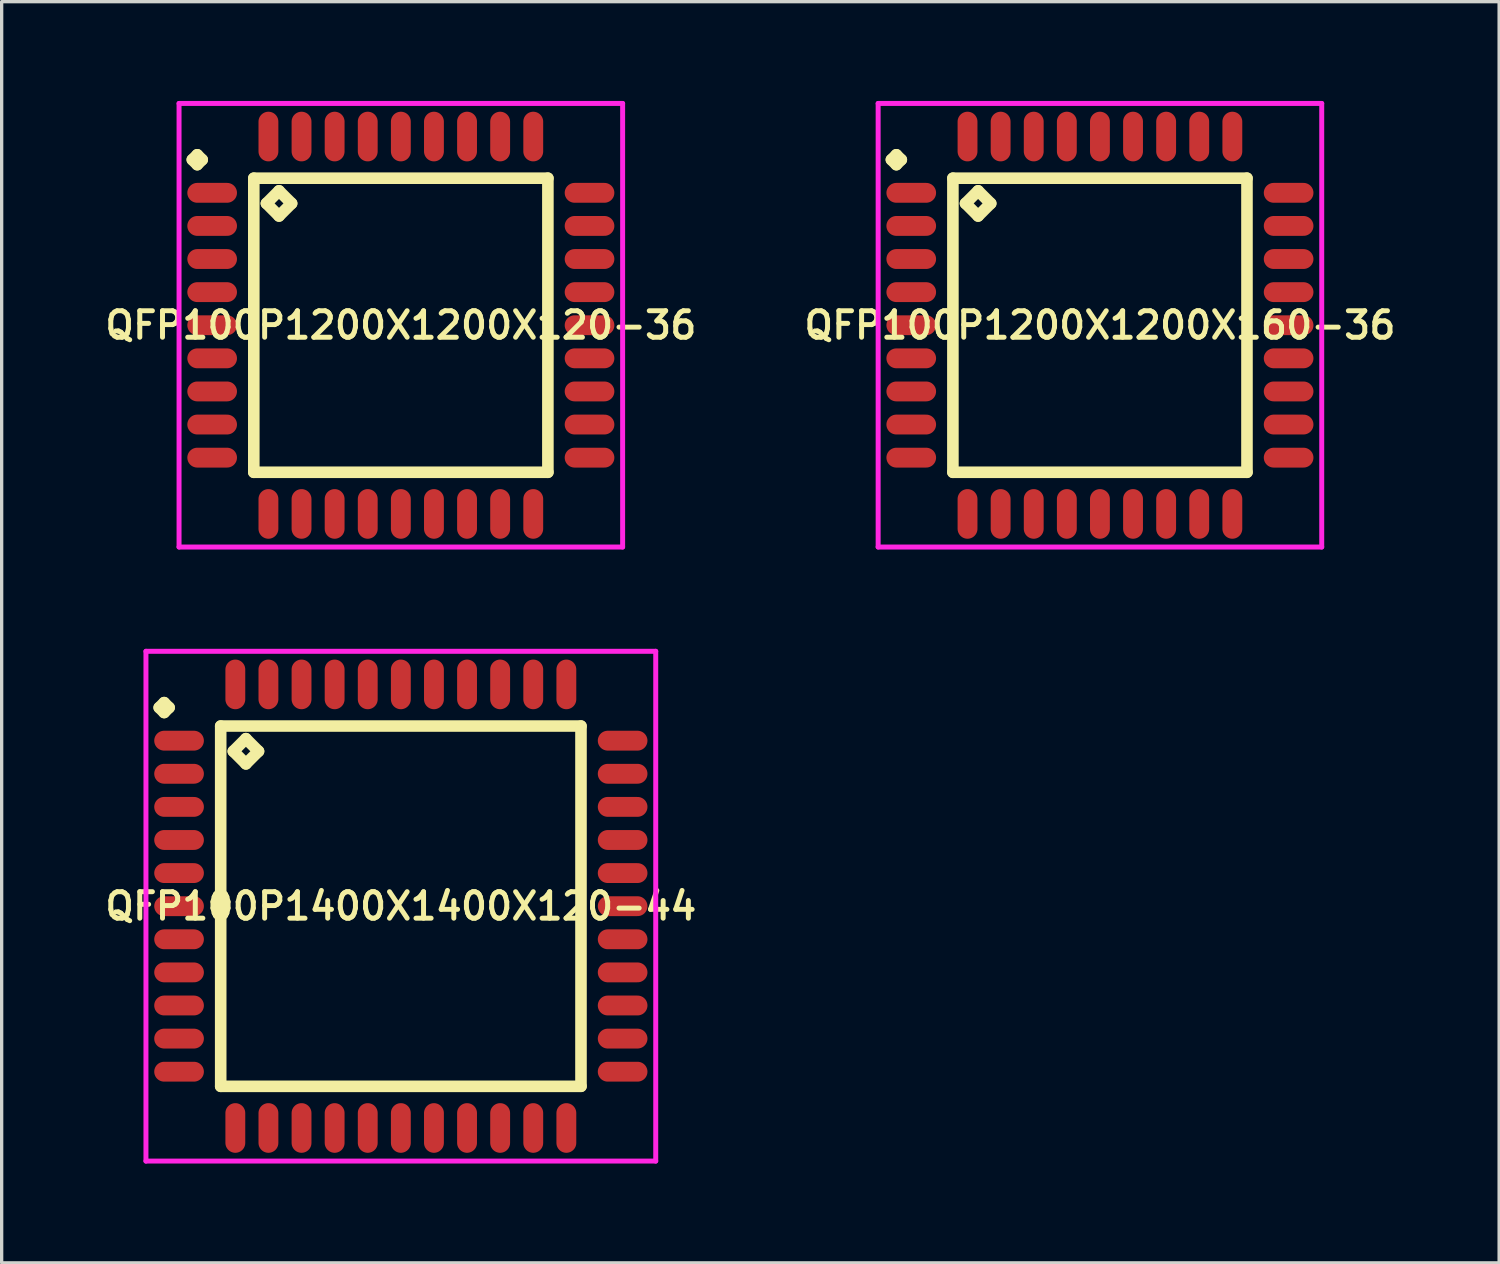
<source format=kicad_pcb>
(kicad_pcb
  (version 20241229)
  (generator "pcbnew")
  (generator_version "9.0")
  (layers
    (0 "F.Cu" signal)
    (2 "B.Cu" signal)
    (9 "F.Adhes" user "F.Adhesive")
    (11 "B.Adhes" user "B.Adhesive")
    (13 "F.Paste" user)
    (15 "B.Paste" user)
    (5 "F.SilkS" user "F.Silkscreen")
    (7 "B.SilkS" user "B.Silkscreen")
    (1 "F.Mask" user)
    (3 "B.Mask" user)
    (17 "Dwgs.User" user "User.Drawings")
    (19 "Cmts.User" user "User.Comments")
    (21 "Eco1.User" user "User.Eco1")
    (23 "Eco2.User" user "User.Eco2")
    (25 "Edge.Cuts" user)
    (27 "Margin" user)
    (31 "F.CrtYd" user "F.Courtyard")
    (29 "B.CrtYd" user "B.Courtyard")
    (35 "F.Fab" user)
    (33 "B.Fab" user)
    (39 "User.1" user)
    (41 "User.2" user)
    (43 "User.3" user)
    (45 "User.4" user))
  (footprint "QFP100P1200X1200X160-36"
    (layer "F.Cu")
    (at 30.178 6.775)
    (property "Reference" "QFP100P1200X1200X160-36" (at 0 0 0) (layer "F.SilkS") (effects (font (size 0.8 0.8) (thickness 0.15))))
    (attr smd)
    (fp_line (start -6.3 -5) (end -6.15 -5.15) (stroke (width 0.35) (type solid)) (layer "F.SilkS"))
    (fp_line (start -6.15 -5.15) (end -6 -5) (stroke (width 0.35) (type solid)) (layer "F.SilkS"))
    (fp_line (start -6.15 -4.85) (end -6.3 -5) (stroke (width 0.35) (type solid)) (layer "F.SilkS"))
    (fp_line (start -6 -5) (end -6.15 -4.85) (stroke (width 0.35) (type solid)) (layer "F.SilkS"))
    (fp_line (start -4.442 -4.442) (end -4.442 4.442) (stroke (width 0.35) (type solid)) (layer "F.SilkS"))
    (fp_line (start -4.442 4.442) (end 4.442 4.442) (stroke (width 0.35) (type solid)) (layer "F.SilkS"))
    (fp_line (start -4.061 -3.68) (end -3.68 -4.061) (stroke (width 0.35) (type solid)) (layer "F.SilkS"))
    (fp_line (start -3.68 -4.061) (end -3.299 -3.68) (stroke (width 0.35) (type solid)) (layer "F.SilkS"))
    (fp_line (start -3.68 -3.299) (end -4.061 -3.68) (stroke (width 0.35) (type solid)) (layer "F.SilkS"))
    (fp_line (start -3.299 -3.68) (end -3.68 -3.299) (stroke (width 0.35) (type solid)) (layer "F.SilkS"))
    (fp_line (start 4.442 -4.442) (end -4.442 -4.442) (stroke (width 0.35) (type solid)) (layer "F.SilkS"))
    (fp_line (start 4.442 4.442) (end 4.442 -4.442) (stroke (width 0.35) (type solid)) (layer "F.SilkS"))
    (fp_line (start -6.7 -6.7) (end 6.7 -6.7) (stroke (width 0.15) (type solid)) (layer "F.CrtYd"))
    (fp_line (start -6.7 6.7) (end -6.7 -6.7) (stroke (width 0.15) (type solid)) (layer "F.CrtYd"))
    (fp_line (start 6.7 -6.7) (end 6.7 6.7) (stroke (width 0.15) (type solid)) (layer "F.CrtYd"))
    (fp_line (start 6.7 6.7) (end -6.7 6.7) (stroke (width 0.15) (type solid)) (layer "F.CrtYd"))
    (pad "1" smd oval (at -5.7 -4) (size 1.5 0.6) (layers "F.Cu" "F.Mask" "F.Paste"))
    (pad "2" smd oval (at -5.7 -3) (size 1.5 0.6) (layers "F.Cu" "F.Mask" "F.Paste"))
    (pad "3" smd oval (at -5.7 -2) (size 1.5 0.6) (layers "F.Cu" "F.Mask" "F.Paste"))
    (pad "4" smd oval (at -5.7 -1) (size 1.5 0.6) (layers "F.Cu" "F.Mask" "F.Paste"))
    (pad "5" smd oval (at -5.7 0) (size 1.5 0.6) (layers "F.Cu" "F.Mask" "F.Paste"))
    (pad "6" smd oval (at -5.7 1) (size 1.5 0.6) (layers "F.Cu" "F.Mask" "F.Paste"))
    (pad "7" smd oval (at -5.7 2) (size 1.5 0.6) (layers "F.Cu" "F.Mask" "F.Paste"))
    (pad "8" smd oval (at -5.7 3) (size 1.5 0.6) (layers "F.Cu" "F.Mask" "F.Paste"))
    (pad "9" smd oval (at -5.7 4) (size 1.5 0.6) (layers "F.Cu" "F.Mask" "F.Paste"))
    (pad "10" smd oval (at -4 5.7) (size 0.6 1.5) (layers "F.Cu" "F.Mask" "F.Paste"))
    (pad "11" smd oval (at -3 5.7) (size 0.6 1.5) (layers "F.Cu" "F.Mask" "F.Paste"))
    (pad "12" smd oval (at -2 5.7) (size 0.6 1.5) (layers "F.Cu" "F.Mask" "F.Paste"))
    (pad "13" smd oval (at -1 5.7) (size 0.6 1.5) (layers "F.Cu" "F.Mask" "F.Paste"))
    (pad "14" smd oval (at 0 5.7) (size 0.6 1.5) (layers "F.Cu" "F.Mask" "F.Paste"))
    (pad "15" smd oval (at 1 5.7) (size 0.6 1.5) (layers "F.Cu" "F.Mask" "F.Paste"))
    (pad "16" smd oval (at 2 5.7) (size 0.6 1.5) (layers "F.Cu" "F.Mask" "F.Paste"))
    (pad "17" smd oval (at 3 5.7) (size 0.6 1.5) (layers "F.Cu" "F.Mask" "F.Paste"))
    (pad "18" smd oval (at 4 5.7) (size 0.6 1.5) (layers "F.Cu" "F.Mask" "F.Paste"))
    (pad "19" smd oval (at 5.7 4) (size 1.5 0.6) (layers "F.Cu" "F.Mask" "F.Paste"))
    (pad "20" smd oval (at 5.7 3) (size 1.5 0.6) (layers "F.Cu" "F.Mask" "F.Paste"))
    (pad "21" smd oval (at 5.7 2) (size 1.5 0.6) (layers "F.Cu" "F.Mask" "F.Paste"))
    (pad "22" smd oval (at 5.7 1) (size 1.5 0.6) (layers "F.Cu" "F.Mask" "F.Paste"))
    (pad "23" smd oval (at 5.7 0) (size 1.5 0.6) (layers "F.Cu" "F.Mask" "F.Paste"))
    (pad "24" smd oval (at 5.7 -1) (size 1.5 0.6) (layers "F.Cu" "F.Mask" "F.Paste"))
    (pad "25" smd oval (at 5.7 -2) (size 1.5 0.6) (layers "F.Cu" "F.Mask" "F.Paste"))
    (pad "26" smd oval (at 5.7 -3) (size 1.5 0.6) (layers "F.Cu" "F.Mask" "F.Paste"))
    (pad "27" smd oval (at 5.7 -4) (size 1.5 0.6) (layers "F.Cu" "F.Mask" "F.Paste"))
    (pad "28" smd oval (at 4 -5.7) (size 0.6 1.5) (layers "F.Cu" "F.Mask" "F.Paste"))
    (pad "29" smd oval (at 3 -5.7) (size 0.6 1.5) (layers "F.Cu" "F.Mask" "F.Paste"))
    (pad "30" smd oval (at 2 -5.7) (size 0.6 1.5) (layers "F.Cu" "F.Mask" "F.Paste"))
    (pad "31" smd oval (at 1 -5.7) (size 0.6 1.5) (layers "F.Cu" "F.Mask" "F.Paste"))
    (pad "32" smd oval (at 0 -5.7) (size 0.6 1.5) (layers "F.Cu" "F.Mask" "F.Paste"))
    (pad "33" smd oval (at -1 -5.7) (size 0.6 1.5) (layers "F.Cu" "F.Mask" "F.Paste"))
    (pad "34" smd oval (at -2 -5.7) (size 0.6 1.5) (layers "F.Cu" "F.Mask" "F.Paste"))
    (pad "35" smd oval (at -3 -5.7) (size 0.6 1.5) (layers "F.Cu" "F.Mask" "F.Paste"))
    (pad "36" smd oval (at -4 -5.7) (size 0.6 1.5) (layers "F.Cu" "F.Mask" "F.Paste")))
  (footprint "QFP100P1200X1200X120-36"
    (layer "F.Cu")
    (at 9.059 6.775)
    (property "Reference" "QFP100P1200X1200X120-36" (at 0 0 0) (layer "F.SilkS") (effects (font (size 0.8 0.8) (thickness 0.15))))
    (attr smd)
    (fp_line (start -6.3 -5) (end -6.15 -5.15) (stroke (width 0.35) (type solid)) (layer "F.SilkS"))
    (fp_line (start -6.15 -5.15) (end -6 -5) (stroke (width 0.35) (type solid)) (layer "F.SilkS"))
    (fp_line (start -6.15 -4.85) (end -6.3 -5) (stroke (width 0.35) (type solid)) (layer "F.SilkS"))
    (fp_line (start -6 -5) (end -6.15 -4.85) (stroke (width 0.35) (type solid)) (layer "F.SilkS"))
    (fp_line (start -4.442 -4.442) (end -4.442 4.442) (stroke (width 0.35) (type solid)) (layer "F.SilkS"))
    (fp_line (start -4.442 4.442) (end 4.442 4.442) (stroke (width 0.35) (type solid)) (layer "F.SilkS"))
    (fp_line (start -4.061 -3.68) (end -3.68 -4.061) (stroke (width 0.35) (type solid)) (layer "F.SilkS"))
    (fp_line (start -3.68 -4.061) (end -3.299 -3.68) (stroke (width 0.35) (type solid)) (layer "F.SilkS"))
    (fp_line (start -3.68 -3.299) (end -4.061 -3.68) (stroke (width 0.35) (type solid)) (layer "F.SilkS"))
    (fp_line (start -3.299 -3.68) (end -3.68 -3.299) (stroke (width 0.35) (type solid)) (layer "F.SilkS"))
    (fp_line (start 4.442 -4.442) (end -4.442 -4.442) (stroke (width 0.35) (type solid)) (layer "F.SilkS"))
    (fp_line (start 4.442 4.442) (end 4.442 -4.442) (stroke (width 0.35) (type solid)) (layer "F.SilkS"))
    (fp_line (start -6.7 -6.7) (end 6.7 -6.7) (stroke (width 0.15) (type solid)) (layer "F.CrtYd"))
    (fp_line (start -6.7 6.7) (end -6.7 -6.7) (stroke (width 0.15) (type solid)) (layer "F.CrtYd"))
    (fp_line (start 6.7 -6.7) (end 6.7 6.7) (stroke (width 0.15) (type solid)) (layer "F.CrtYd"))
    (fp_line (start 6.7 6.7) (end -6.7 6.7) (stroke (width 0.15) (type solid)) (layer "F.CrtYd"))
    (pad "1" smd oval (at -5.7 -4) (size 1.5 0.6) (layers "F.Cu" "F.Mask" "F.Paste"))
    (pad "2" smd oval (at -5.7 -3) (size 1.5 0.6) (layers "F.Cu" "F.Mask" "F.Paste"))
    (pad "3" smd oval (at -5.7 -2) (size 1.5 0.6) (layers "F.Cu" "F.Mask" "F.Paste"))
    (pad "4" smd oval (at -5.7 -1) (size 1.5 0.6) (layers "F.Cu" "F.Mask" "F.Paste"))
    (pad "5" smd oval (at -5.7 0) (size 1.5 0.6) (layers "F.Cu" "F.Mask" "F.Paste"))
    (pad "6" smd oval (at -5.7 1) (size 1.5 0.6) (layers "F.Cu" "F.Mask" "F.Paste"))
    (pad "7" smd oval (at -5.7 2) (size 1.5 0.6) (layers "F.Cu" "F.Mask" "F.Paste"))
    (pad "8" smd oval (at -5.7 3) (size 1.5 0.6) (layers "F.Cu" "F.Mask" "F.Paste"))
    (pad "9" smd oval (at -5.7 4) (size 1.5 0.6) (layers "F.Cu" "F.Mask" "F.Paste"))
    (pad "10" smd oval (at -4 5.7) (size 0.6 1.5) (layers "F.Cu" "F.Mask" "F.Paste"))
    (pad "11" smd oval (at -3 5.7) (size 0.6 1.5) (layers "F.Cu" "F.Mask" "F.Paste"))
    (pad "12" smd oval (at -2 5.7) (size 0.6 1.5) (layers "F.Cu" "F.Mask" "F.Paste"))
    (pad "13" smd oval (at -1 5.7) (size 0.6 1.5) (layers "F.Cu" "F.Mask" "F.Paste"))
    (pad "14" smd oval (at 0 5.7) (size 0.6 1.5) (layers "F.Cu" "F.Mask" "F.Paste"))
    (pad "15" smd oval (at 1 5.7) (size 0.6 1.5) (layers "F.Cu" "F.Mask" "F.Paste"))
    (pad "16" smd oval (at 2 5.7) (size 0.6 1.5) (layers "F.Cu" "F.Mask" "F.Paste"))
    (pad "17" smd oval (at 3 5.7) (size 0.6 1.5) (layers "F.Cu" "F.Mask" "F.Paste"))
    (pad "18" smd oval (at 4 5.7) (size 0.6 1.5) (layers "F.Cu" "F.Mask" "F.Paste"))
    (pad "19" smd oval (at 5.7 4) (size 1.5 0.6) (layers "F.Cu" "F.Mask" "F.Paste"))
    (pad "20" smd oval (at 5.7 3) (size 1.5 0.6) (layers "F.Cu" "F.Mask" "F.Paste"))
    (pad "21" smd oval (at 5.7 2) (size 1.5 0.6) (layers "F.Cu" "F.Mask" "F.Paste"))
    (pad "22" smd oval (at 5.7 1) (size 1.5 0.6) (layers "F.Cu" "F.Mask" "F.Paste"))
    (pad "23" smd oval (at 5.7 0) (size 1.5 0.6) (layers "F.Cu" "F.Mask" "F.Paste"))
    (pad "24" smd oval (at 5.7 -1) (size 1.5 0.6) (layers "F.Cu" "F.Mask" "F.Paste"))
    (pad "25" smd oval (at 5.7 -2) (size 1.5 0.6) (layers "F.Cu" "F.Mask" "F.Paste"))
    (pad "26" smd oval (at 5.7 -3) (size 1.5 0.6) (layers "F.Cu" "F.Mask" "F.Paste"))
    (pad "27" smd oval (at 5.7 -4) (size 1.5 0.6) (layers "F.Cu" "F.Mask" "F.Paste"))
    (pad "28" smd oval (at 4 -5.7) (size 0.6 1.5) (layers "F.Cu" "F.Mask" "F.Paste"))
    (pad "29" smd oval (at 3 -5.7) (size 0.6 1.5) (layers "F.Cu" "F.Mask" "F.Paste"))
    (pad "30" smd oval (at 2 -5.7) (size 0.6 1.5) (layers "F.Cu" "F.Mask" "F.Paste"))
    (pad "31" smd oval (at 1 -5.7) (size 0.6 1.5) (layers "F.Cu" "F.Mask" "F.Paste"))
    (pad "32" smd oval (at 0 -5.7) (size 0.6 1.5) (layers "F.Cu" "F.Mask" "F.Paste"))
    (pad "33" smd oval (at -1 -5.7) (size 0.6 1.5) (layers "F.Cu" "F.Mask" "F.Paste"))
    (pad "34" smd oval (at -2 -5.7) (size 0.6 1.5) (layers "F.Cu" "F.Mask" "F.Paste"))
    (pad "35" smd oval (at -3 -5.7) (size 0.6 1.5) (layers "F.Cu" "F.Mask" "F.Paste"))
    (pad "36" smd oval (at -4 -5.7) (size 0.6 1.5) (layers "F.Cu" "F.Mask" "F.Paste")))
  (footprint "QFP100P1400X1400X120-44"
    (layer "F.Cu")
    (at 9.059 24.325)
    (property "Reference" "QFP100P1400X1400X120-44" (at 0 0 0) (layer "F.SilkS") (effects (font (size 0.8 0.8) (thickness 0.15))))
    (attr smd)
    (fp_line (start -7.3 -6) (end -7.15 -6.15) (stroke (width 0.35) (type solid)) (layer "F.SilkS"))
    (fp_line (start -7.15 -6.15) (end -7 -6) (stroke (width 0.35) (type solid)) (layer "F.SilkS"))
    (fp_line (start -7.15 -5.85) (end -7.3 -6) (stroke (width 0.35) (type solid)) (layer "F.SilkS"))
    (fp_line (start -7 -6) (end -7.15 -5.85) (stroke (width 0.35) (type solid)) (layer "F.SilkS"))
    (fp_line (start -5.442 -5.442) (end -5.442 5.442) (stroke (width 0.35) (type solid)) (layer "F.SilkS"))
    (fp_line (start -5.442 5.442) (end 5.442 5.442) (stroke (width 0.35) (type solid)) (layer "F.SilkS"))
    (fp_line (start -5.061 -4.68) (end -4.68 -5.061) (stroke (width 0.35) (type solid)) (layer "F.SilkS"))
    (fp_line (start -4.68 -5.061) (end -4.299 -4.68) (stroke (width 0.35) (type solid)) (layer "F.SilkS"))
    (fp_line (start -4.68 -4.299) (end -5.061 -4.68) (stroke (width 0.35) (type solid)) (layer "F.SilkS"))
    (fp_line (start -4.299 -4.68) (end -4.68 -4.299) (stroke (width 0.35) (type solid)) (layer "F.SilkS"))
    (fp_line (start 5.442 -5.442) (end -5.442 -5.442) (stroke (width 0.35) (type solid)) (layer "F.SilkS"))
    (fp_line (start 5.442 5.442) (end 5.442 -5.442) (stroke (width 0.35) (type solid)) (layer "F.SilkS"))
    (fp_line (start -7.7 -7.7) (end 7.7 -7.7) (stroke (width 0.15) (type solid)) (layer "F.CrtYd"))
    (fp_line (start -7.7 7.7) (end -7.7 -7.7) (stroke (width 0.15) (type solid)) (layer "F.CrtYd"))
    (fp_line (start 7.7 -7.7) (end 7.7 7.7) (stroke (width 0.15) (type solid)) (layer "F.CrtYd"))
    (fp_line (start 7.7 7.7) (end -7.7 7.7) (stroke (width 0.15) (type solid)) (layer "F.CrtYd"))
    (pad "1" smd oval (at -6.7 -5) (size 1.5 0.6) (layers "F.Cu" "F.Mask" "F.Paste"))
    (pad "2" smd oval (at -6.7 -4) (size 1.5 0.6) (layers "F.Cu" "F.Mask" "F.Paste"))
    (pad "3" smd oval (at -6.7 -3) (size 1.5 0.6) (layers "F.Cu" "F.Mask" "F.Paste"))
    (pad "4" smd oval (at -6.7 -2) (size 1.5 0.6) (layers "F.Cu" "F.Mask" "F.Paste"))
    (pad "5" smd oval (at -6.7 -1) (size 1.5 0.6) (layers "F.Cu" "F.Mask" "F.Paste"))
    (pad "6" smd oval (at -6.7 0) (size 1.5 0.6) (layers "F.Cu" "F.Mask" "F.Paste"))
    (pad "7" smd oval (at -6.7 1) (size 1.5 0.6) (layers "F.Cu" "F.Mask" "F.Paste"))
    (pad "8" smd oval (at -6.7 2) (size 1.5 0.6) (layers "F.Cu" "F.Mask" "F.Paste"))
    (pad "9" smd oval (at -6.7 3) (size 1.5 0.6) (layers "F.Cu" "F.Mask" "F.Paste"))
    (pad "10" smd oval (at -6.7 4) (size 1.5 0.6) (layers "F.Cu" "F.Mask" "F.Paste"))
    (pad "11" smd oval (at -6.7 5) (size 1.5 0.6) (layers "F.Cu" "F.Mask" "F.Paste"))
    (pad "12" smd oval (at -5 6.7) (size 0.6 1.5) (layers "F.Cu" "F.Mask" "F.Paste"))
    (pad "13" smd oval (at -4 6.7) (size 0.6 1.5) (layers "F.Cu" "F.Mask" "F.Paste"))
    (pad "14" smd oval (at -3 6.7) (size 0.6 1.5) (layers "F.Cu" "F.Mask" "F.Paste"))
    (pad "15" smd oval (at -2 6.7) (size 0.6 1.5) (layers "F.Cu" "F.Mask" "F.Paste"))
    (pad "16" smd oval (at -1 6.7) (size 0.6 1.5) (layers "F.Cu" "F.Mask" "F.Paste"))
    (pad "17" smd oval (at 0 6.7) (size 0.6 1.5) (layers "F.Cu" "F.Mask" "F.Paste"))
    (pad "18" smd oval (at 1 6.7) (size 0.6 1.5) (layers "F.Cu" "F.Mask" "F.Paste"))
    (pad "19" smd oval (at 2 6.7) (size 0.6 1.5) (layers "F.Cu" "F.Mask" "F.Paste"))
    (pad "20" smd oval (at 3 6.7) (size 0.6 1.5) (layers "F.Cu" "F.Mask" "F.Paste"))
    (pad "21" smd oval (at 4 6.7) (size 0.6 1.5) (layers "F.Cu" "F.Mask" "F.Paste"))
    (pad "22" smd oval (at 5 6.7) (size 0.6 1.5) (layers "F.Cu" "F.Mask" "F.Paste"))
    (pad "23" smd oval (at 6.7 5) (size 1.5 0.6) (layers "F.Cu" "F.Mask" "F.Paste"))
    (pad "24" smd oval (at 6.7 4) (size 1.5 0.6) (layers "F.Cu" "F.Mask" "F.Paste"))
    (pad "25" smd oval (at 6.7 3) (size 1.5 0.6) (layers "F.Cu" "F.Mask" "F.Paste"))
    (pad "26" smd oval (at 6.7 2) (size 1.5 0.6) (layers "F.Cu" "F.Mask" "F.Paste"))
    (pad "27" smd oval (at 6.7 1) (size 1.5 0.6) (layers "F.Cu" "F.Mask" "F.Paste"))
    (pad "28" smd oval (at 6.7 0) (size 1.5 0.6) (layers "F.Cu" "F.Mask" "F.Paste"))
    (pad "29" smd oval (at 6.7 -1) (size 1.5 0.6) (layers "F.Cu" "F.Mask" "F.Paste"))
    (pad "30" smd oval (at 6.7 -2) (size 1.5 0.6) (layers "F.Cu" "F.Mask" "F.Paste"))
    (pad "31" smd oval (at 6.7 -3) (size 1.5 0.6) (layers "F.Cu" "F.Mask" "F.Paste"))
    (pad "32" smd oval (at 6.7 -4) (size 1.5 0.6) (layers "F.Cu" "F.Mask" "F.Paste"))
    (pad "33" smd oval (at 6.7 -5) (size 1.5 0.6) (layers "F.Cu" "F.Mask" "F.Paste"))
    (pad "34" smd oval (at 5 -6.7) (size 0.6 1.5) (layers "F.Cu" "F.Mask" "F.Paste"))
    (pad "35" smd oval (at 4 -6.7) (size 0.6 1.5) (layers "F.Cu" "F.Mask" "F.Paste"))
    (pad "36" smd oval (at 3 -6.7) (size 0.6 1.5) (layers "F.Cu" "F.Mask" "F.Paste"))
    (pad "37" smd oval (at 2 -6.7) (size 0.6 1.5) (layers "F.Cu" "F.Mask" "F.Paste"))
    (pad "38" smd oval (at 1 -6.7) (size 0.6 1.5) (layers "F.Cu" "F.Mask" "F.Paste"))
    (pad "39" smd oval (at 0 -6.7) (size 0.6 1.5) (layers "F.Cu" "F.Mask" "F.Paste"))
    (pad "40" smd oval (at -1 -6.7) (size 0.6 1.5) (layers "F.Cu" "F.Mask" "F.Paste"))
    (pad "41" smd oval (at -2 -6.7) (size 0.6 1.5) (layers "F.Cu" "F.Mask" "F.Paste"))
    (pad "42" smd oval (at -3 -6.7) (size 0.6 1.5) (layers "F.Cu" "F.Mask" "F.Paste"))
    (pad "43" smd oval (at -4 -6.7) (size 0.6 1.5) (layers "F.Cu" "F.Mask" "F.Paste"))
    (pad "44" smd oval (at -5 -6.7) (size 0.6 1.5) (layers "F.Cu" "F.Mask" "F.Paste")))
  (gr_rect
    (start -3 -3)
    (end 42.237 35.1)
    (stroke (width 0.1) (type default))
    (fill no)
    (layer "Edge.Cuts")))
</source>
